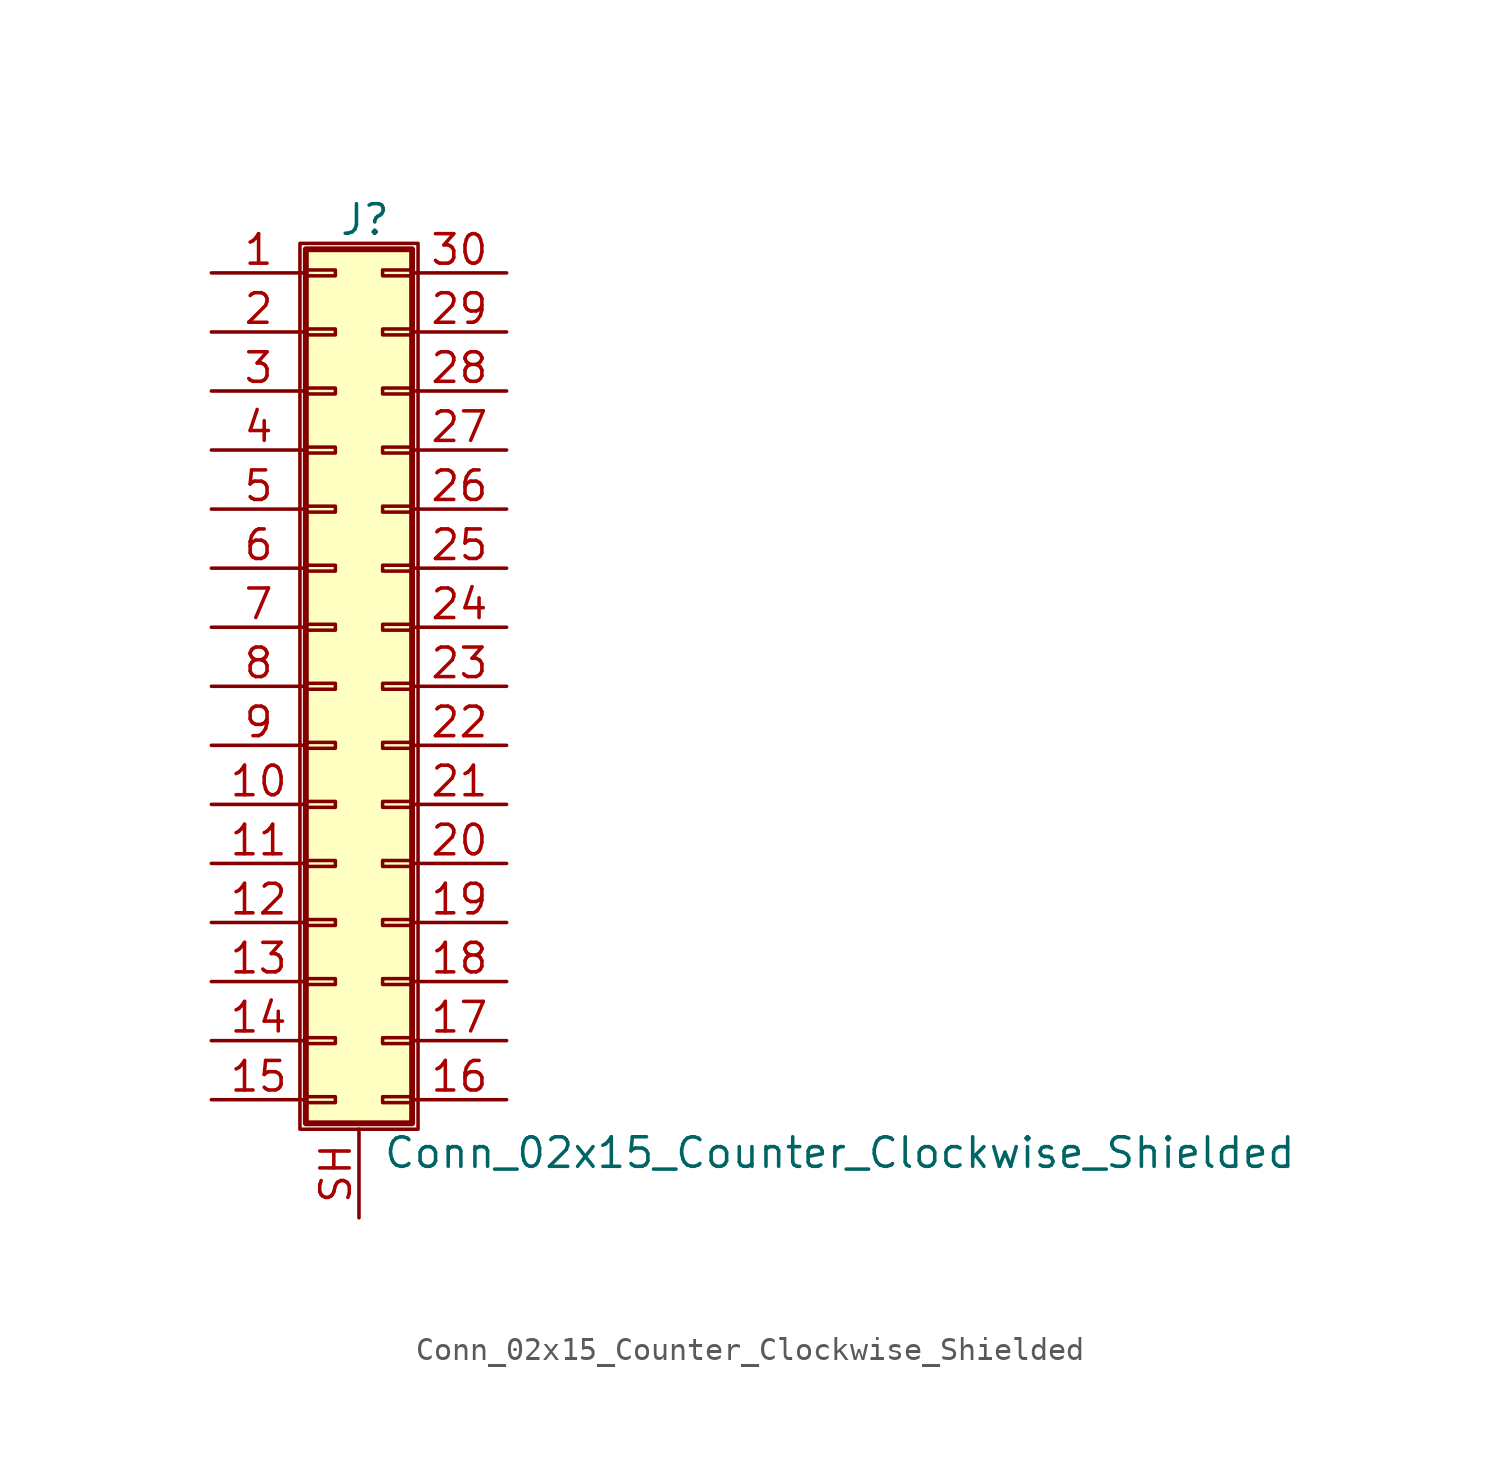
<source format=kicad_sym>
(kicad_symbol_lib
  (version 20201005)
  (generator kicad_symbol_editor)
  (symbol "Connector_Generic_Shielded:Conn_02x15_Counter_Clockwise_Shielded"
    (pin_names
      (offset 1.016) hide)
    (property "Reference" "J"
      (at 1.524 20.066 0)
      (effects (font (size 1.27 1.27))))
    (property "Value" "Conn_02x15_Counter_Clockwise_Shielded"
      (at 2.286 -20.066 0)
      (effects (font (size 1.27 1.27)) (justify left)))
    (symbol "Conn_02x15_Counter_Clockwise_Shielded_1_1"
      (rectangle (start -1.016 -4.953) (end 0.254 -5.207) (stroke (width 0.152)) (fill (type none)))
      (rectangle (start -1.016 -7.493) (end 0.254 -7.747) (stroke (width 0.152)) (fill (type none)))
      (rectangle (start -1.016 -10.033) (end 0.254 -10.287) (stroke (width 0.152)) (fill (type none)))
      (rectangle (start -1.016 -12.573) (end 0.254 -12.827) (stroke (width 0.152)) (fill (type none)))
      (rectangle (start -1.016 -15.113) (end 0.254 -15.367) (stroke (width 0.152)) (fill (type none)))
      (rectangle (start -1.016 -17.653) (end 0.254 -17.907) (stroke (width 0.152)) (fill (type none)))
      (rectangle (start -1.016 -2.413) (end 0.254 -2.667) (stroke (width 0.152)) (fill (type none)))
      (rectangle (start -1.016 2.667) (end 0.254 2.413) (stroke (width 0.152)) (fill (type none)))
      (rectangle (start -1.016 5.207) (end 0.254 4.953) (stroke (width 0.152)) (fill (type none)))
      (rectangle (start -1.016 7.747) (end 0.254 7.493) (stroke (width 0.152)) (fill (type none)))
      (rectangle (start -1.016 10.287) (end 0.254 10.033) (stroke (width 0.152)) (fill (type none)))
      (rectangle (start -1.016 0.127) (end 0.254 -0.127) (stroke (width 0.152)) (fill (type none)))
      (rectangle (start -1.016 12.827) (end 0.254 12.573) (stroke (width 0.152)) (fill (type none)))
      (rectangle (start -1.016 15.367) (end 0.254 15.113) (stroke (width 0.152)) (fill (type none)))
      (rectangle (start -1.016 17.907) (end 0.254 17.653) (stroke (width 0.152)) (fill (type none)))
      (rectangle (start -1.016 18.796) (end 3.556 -18.796) (stroke (width 0.254)) (fill (type background)))
      (rectangle (start -1.27 19.05) (end 3.81 -19.05) (stroke (width 0.152)) (fill (type none)))
      (rectangle (start 3.556 -4.953) (end 2.286 -5.207) (stroke (width 0.152)) (fill (type none)))
      (rectangle (start 3.556 -7.493) (end 2.286 -7.747) (stroke (width 0.152)) (fill (type none)))
      (rectangle (start 3.556 -10.033) (end 2.286 -10.287) (stroke (width 0.152)) (fill (type none)))
      (rectangle (start 3.556 -12.573) (end 2.286 -12.827) (stroke (width 0.152)) (fill (type none)))
      (rectangle (start 3.556 -15.113) (end 2.286 -15.367) (stroke (width 0.152)) (fill (type none)))
      (rectangle (start 3.556 -17.653) (end 2.286 -17.907) (stroke (width 0.152)) (fill (type none)))
      (rectangle (start 3.556 -2.413) (end 2.286 -2.667) (stroke (width 0.152)) (fill (type none)))
      (rectangle (start 3.556 2.667) (end 2.286 2.413) (stroke (width 0.152)) (fill (type none)))
      (rectangle (start 3.556 5.207) (end 2.286 4.953) (stroke (width 0.152)) (fill (type none)))
      (rectangle (start 3.556 7.747) (end 2.286 7.493) (stroke (width 0.152)) (fill (type none)))
      (rectangle (start 3.556 10.287) (end 2.286 10.033) (stroke (width 0.152)) (fill (type none)))
      (rectangle (start 3.556 0.127) (end 2.286 -0.127) (stroke (width 0.152)) (fill (type none)))
      (rectangle (start 3.556 12.827) (end 2.286 12.573) (stroke (width 0.152)) (fill (type none)))
      (rectangle (start 3.556 15.367) (end 2.286 15.113) (stroke (width 0.152)) (fill (type none)))
      (rectangle (start 3.556 17.907) (end 2.286 17.653) (stroke (width 0.152)) (fill (type none)))
      (pin passive line (at -5.08 17.78 0) (length 4.064) (name "Pin_1" (effects (font (size 1.27 1.27)))) (number "1" (effects (font (size 1.27 1.27)))))
      (pin passive line (at -5.08 -5.08 0) (length 4.064) (name "Pin_10" (effects (font (size 1.27 1.27)))) (number "10" (effects (font (size 1.27 1.27)))))
      (pin passive line (at -5.08 -7.62 0) (length 4.064) (name "Pin_11" (effects (font (size 1.27 1.27)))) (number "11" (effects (font (size 1.27 1.27)))))
      (pin passive line (at -5.08 -10.16 0) (length 4.064) (name "Pin_12" (effects (font (size 1.27 1.27)))) (number "12" (effects (font (size 1.27 1.27)))))
      (pin passive line (at -5.08 -12.7 0) (length 4.064) (name "Pin_13" (effects (font (size 1.27 1.27)))) (number "13" (effects (font (size 1.27 1.27)))))
      (pin passive line (at -5.08 -15.24 0) (length 4.064) (name "Pin_14" (effects (font (size 1.27 1.27)))) (number "14" (effects (font (size 1.27 1.27)))))
      (pin passive line (at -5.08 -17.78 0) (length 4.064) (name "Pin_15" (effects (font (size 1.27 1.27)))) (number "15" (effects (font (size 1.27 1.27)))))
      (pin passive line (at 7.62 -17.78 180) (length 4.064) (name "Pin_16" (effects (font (size 1.27 1.27)))) (number "16" (effects (font (size 1.27 1.27)))))
      (pin passive line (at 7.62 -15.24 180) (length 4.064) (name "Pin_17" (effects (font (size 1.27 1.27)))) (number "17" (effects (font (size 1.27 1.27)))))
      (pin passive line (at 7.62 -12.7 180) (length 4.064) (name "Pin_18" (effects (font (size 1.27 1.27)))) (number "18" (effects (font (size 1.27 1.27)))))
      (pin passive line (at 7.62 -10.16 180) (length 4.064) (name "Pin_19" (effects (font (size 1.27 1.27)))) (number "19" (effects (font (size 1.27 1.27)))))
      (pin passive line (at -5.08 15.24 0) (length 4.064) (name "Pin_2" (effects (font (size 1.27 1.27)))) (number "2" (effects (font (size 1.27 1.27)))))
      (pin passive line (at 7.62 -7.62 180) (length 4.064) (name "Pin_20" (effects (font (size 1.27 1.27)))) (number "20" (effects (font (size 1.27 1.27)))))
      (pin passive line (at 7.62 -5.08 180) (length 4.064) (name "Pin_21" (effects (font (size 1.27 1.27)))) (number "21" (effects (font (size 1.27 1.27)))))
      (pin passive line (at 7.62 -2.54 180) (length 4.064) (name "Pin_22" (effects (font (size 1.27 1.27)))) (number "22" (effects (font (size 1.27 1.27)))))
      (pin passive line (at 7.62 0 180) (length 4.064) (name "Pin_23" (effects (font (size 1.27 1.27)))) (number "23" (effects (font (size 1.27 1.27)))))
      (pin passive line (at 7.62 2.54 180) (length 4.064) (name "Pin_24" (effects (font (size 1.27 1.27)))) (number "24" (effects (font (size 1.27 1.27)))))
      (pin passive line (at 7.62 5.08 180) (length 4.064) (name "Pin_25" (effects (font (size 1.27 1.27)))) (number "25" (effects (font (size 1.27 1.27)))))
      (pin passive line (at 7.62 7.62 180) (length 4.064) (name "Pin_26" (effects (font (size 1.27 1.27)))) (number "26" (effects (font (size 1.27 1.27)))))
      (pin passive line (at 7.62 10.16 180) (length 4.064) (name "Pin_27" (effects (font (size 1.27 1.27)))) (number "27" (effects (font (size 1.27 1.27)))))
      (pin passive line (at 7.62 12.7 180) (length 4.064) (name "Pin_28" (effects (font (size 1.27 1.27)))) (number "28" (effects (font (size 1.27 1.27)))))
      (pin passive line (at 7.62 15.24 180) (length 4.064) (name "Pin_29" (effects (font (size 1.27 1.27)))) (number "29" (effects (font (size 1.27 1.27)))))
      (pin passive line (at -5.08 12.7 0) (length 4.064) (name "Pin_3" (effects (font (size 1.27 1.27)))) (number "3" (effects (font (size 1.27 1.27)))))
      (pin passive line (at 7.62 17.78 180) (length 4.064) (name "Pin_30" (effects (font (size 1.27 1.27)))) (number "30" (effects (font (size 1.27 1.27)))))
      (pin passive line (at -5.08 10.16 0) (length 4.064) (name "Pin_4" (effects (font (size 1.27 1.27)))) (number "4" (effects (font (size 1.27 1.27)))))
      (pin passive line (at -5.08 7.62 0) (length 4.064) (name "Pin_5" (effects (font (size 1.27 1.27)))) (number "5" (effects (font (size 1.27 1.27)))))
      (pin passive line (at -5.08 5.08 0) (length 4.064) (name "Pin_6" (effects (font (size 1.27 1.27)))) (number "6" (effects (font (size 1.27 1.27)))))
      (pin passive line (at -5.08 2.54 0) (length 4.064) (name "Pin_7" (effects (font (size 1.27 1.27)))) (number "7" (effects (font (size 1.27 1.27)))))
      (pin passive line (at -5.08 0 0) (length 4.064) (name "Pin_8" (effects (font (size 1.27 1.27)))) (number "8" (effects (font (size 1.27 1.27)))))
      (pin passive line (at -5.08 -2.54 0) (length 4.064) (name "Pin_9" (effects (font (size 1.27 1.27)))) (number "9" (effects (font (size 1.27 1.27)))))
      (pin passive line (at 1.27 -22.86 90) (length 3.81) (name "Shield" (effects (font (size 1.27 1.27)))) (number "SH" (effects (font (size 1.27 1.27))))))))
</source>
